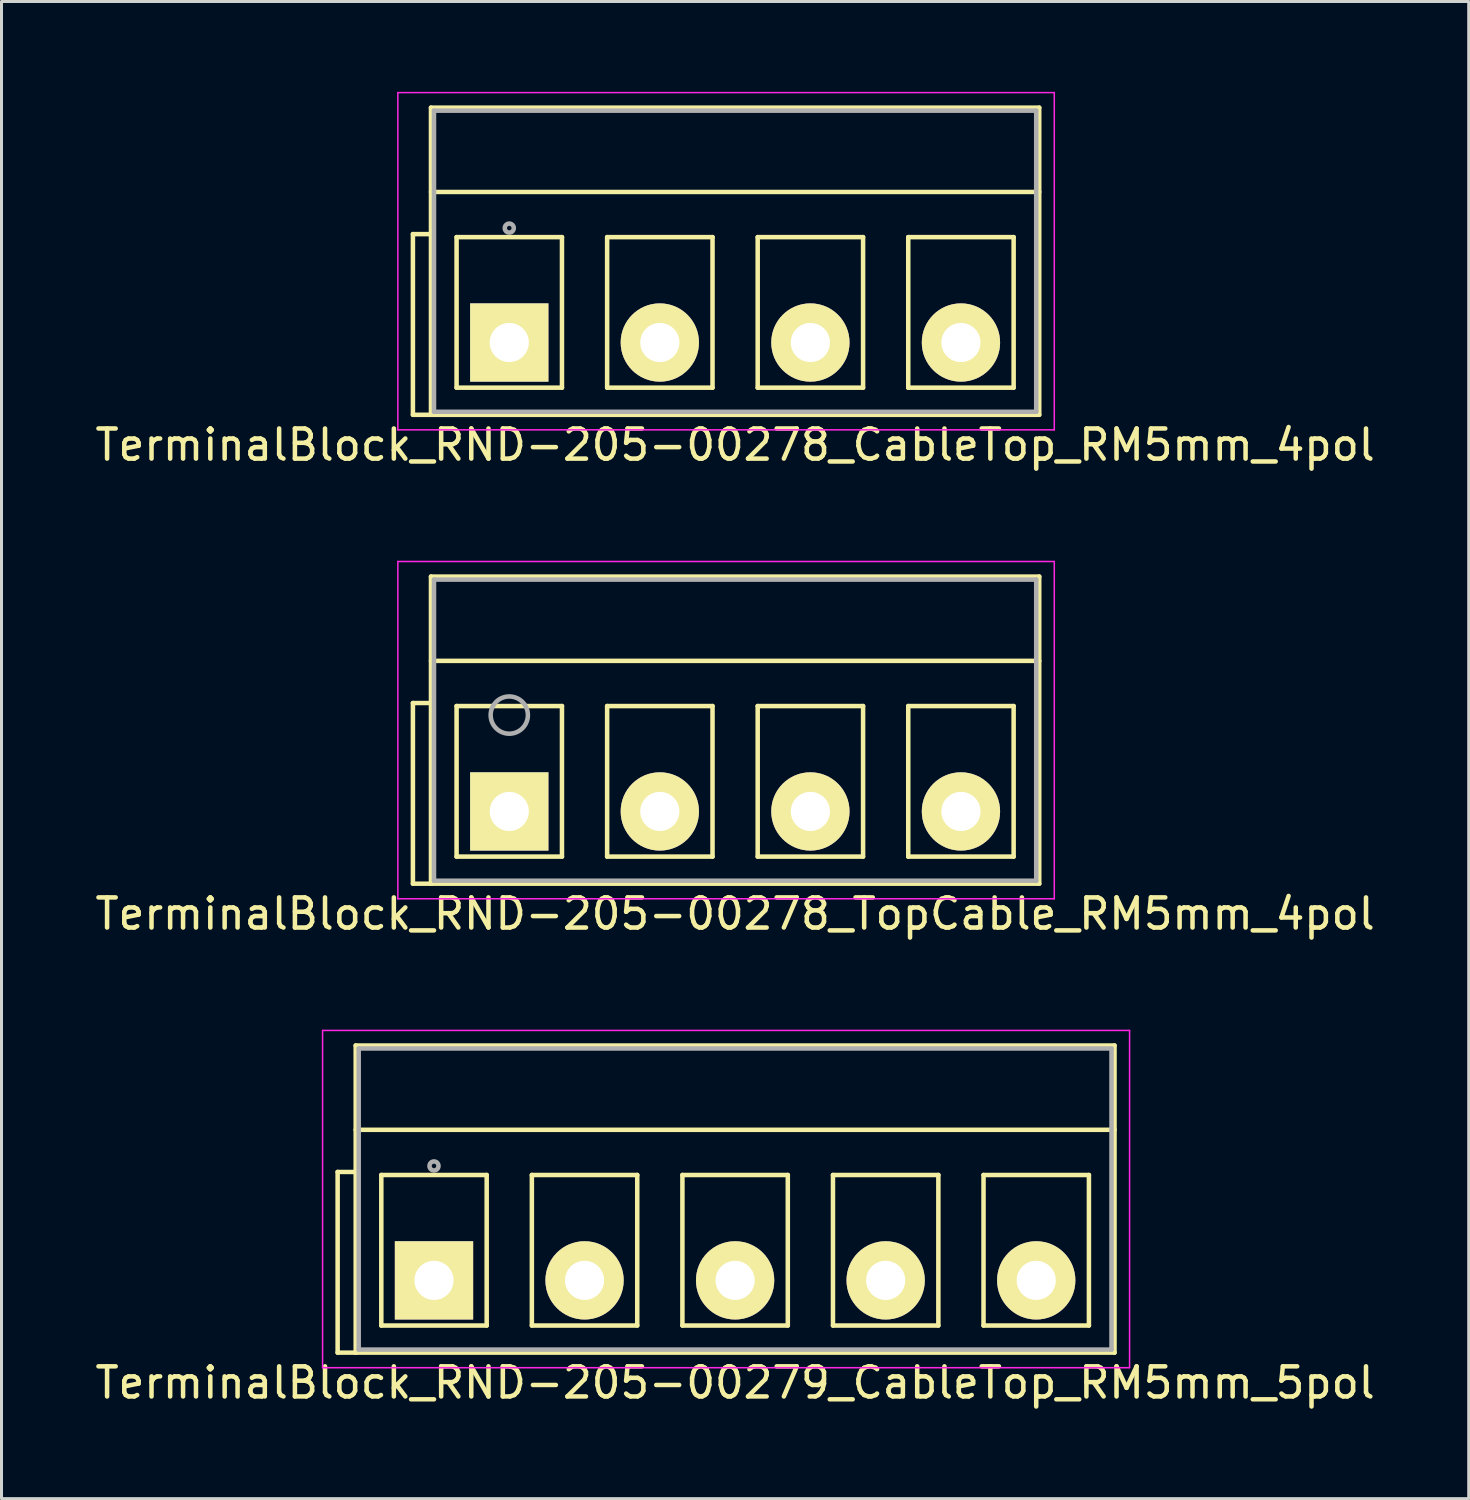
<source format=kicad_pcb>
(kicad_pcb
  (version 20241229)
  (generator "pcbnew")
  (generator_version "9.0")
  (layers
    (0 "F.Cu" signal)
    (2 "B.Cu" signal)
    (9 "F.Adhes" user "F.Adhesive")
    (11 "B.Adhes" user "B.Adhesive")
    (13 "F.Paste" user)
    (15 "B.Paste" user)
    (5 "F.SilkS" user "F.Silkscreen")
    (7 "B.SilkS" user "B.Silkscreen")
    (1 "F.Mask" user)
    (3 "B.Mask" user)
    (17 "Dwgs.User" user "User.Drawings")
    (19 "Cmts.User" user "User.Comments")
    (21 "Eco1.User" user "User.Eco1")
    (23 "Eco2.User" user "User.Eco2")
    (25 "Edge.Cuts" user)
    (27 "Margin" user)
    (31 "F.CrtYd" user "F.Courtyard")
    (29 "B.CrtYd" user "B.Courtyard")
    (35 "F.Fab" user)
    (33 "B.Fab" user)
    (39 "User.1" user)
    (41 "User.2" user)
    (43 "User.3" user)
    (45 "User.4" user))
  (footprint "TerminalBlock_RND-205-00278_TopCable_RM5mm_4pol"
    (layer "F.Cu")
    (at 13.863 23.898)
    (property "Reference" "TerminalBlock_RND-205-00278_TopCable_RM5mm_4pol" (at 7.5 3.4 0) (layer "F.SilkS") (effects (font (size 1 1) (thickness 0.15))))
    (attr through_hole)
    (fp_line (start -3.2 -3.6) (end -2.6 -3.6) (stroke (width 0.15) (type solid)) (layer "F.SilkS"))
    (fp_line (start -3.2 2.4) (end -3.2 -3.6) (stroke (width 0.15) (type solid)) (layer "F.SilkS"))
    (fp_line (start -2.6 -7.8) (end 17.6 -7.8) (stroke (width 0.15) (type solid)) (layer "F.SilkS"))
    (fp_line (start -2.6 -5) (end 17.6 -5) (stroke (width 0.15) (type solid)) (layer "F.SilkS"))
    (fp_line (start -2.6 2.4) (end -3.2 2.4) (stroke (width 0.15) (type solid)) (layer "F.SilkS"))
    (fp_line (start -2.6 2.4) (end -2.6 -7.8) (stroke (width 0.15) (type solid)) (layer "F.SilkS"))
    (fp_line (start -1.75 -3.5) (end -1.75 1.5) (stroke (width 0.15) (type solid)) (layer "F.SilkS"))
    (fp_line (start -1.75 1.5) (end 1.75 1.5) (stroke (width 0.15) (type solid)) (layer "F.SilkS"))
    (fp_line (start 1.75 -3.5) (end -1.75 -3.5) (stroke (width 0.15) (type solid)) (layer "F.SilkS"))
    (fp_line (start 1.75 1.5) (end 1.75 -3.5) (stroke (width 0.15) (type solid)) (layer "F.SilkS"))
    (fp_line (start 3.25 -3.5) (end 3.25 1.5) (stroke (width 0.15) (type solid)) (layer "F.SilkS"))
    (fp_line (start 3.25 1.5) (end 6.75 1.5) (stroke (width 0.15) (type solid)) (layer "F.SilkS"))
    (fp_line (start 6.75 -3.5) (end 3.25 -3.5) (stroke (width 0.15) (type solid)) (layer "F.SilkS"))
    (fp_line (start 6.75 1.5) (end 6.75 -3.5) (stroke (width 0.15) (type solid)) (layer "F.SilkS"))
    (fp_line (start 8.25 -3.5) (end 8.25 1.5) (stroke (width 0.15) (type solid)) (layer "F.SilkS"))
    (fp_line (start 8.25 1.5) (end 11.75 1.5) (stroke (width 0.15) (type solid)) (layer "F.SilkS"))
    (fp_line (start 11.75 -3.5) (end 8.25 -3.5) (stroke (width 0.15) (type solid)) (layer "F.SilkS"))
    (fp_line (start 11.75 1.5) (end 11.75 -3.5) (stroke (width 0.15) (type solid)) (layer "F.SilkS"))
    (fp_line (start 13.25 -3.5) (end 13.25 1.5) (stroke (width 0.15) (type solid)) (layer "F.SilkS"))
    (fp_line (start 13.25 1.5) (end 16.75 1.5) (stroke (width 0.15) (type solid)) (layer "F.SilkS"))
    (fp_line (start 16.75 -3.5) (end 13.25 -3.5) (stroke (width 0.15) (type solid)) (layer "F.SilkS"))
    (fp_line (start 16.75 1.5) (end 16.75 -3.5) (stroke (width 0.15) (type solid)) (layer "F.SilkS"))
    (fp_line (start 17.6 -7.8) (end 17.6 2.4) (stroke (width 0.15) (type solid)) (layer "F.SilkS"))
    (fp_line (start 17.6 2.4) (end -2.6 2.4) (stroke (width 0.15) (type solid)) (layer "F.SilkS"))
    (fp_line (start -3.7 -8.3) (end 18.1 -8.3) (stroke (width 0.05) (type solid)) (layer "F.CrtYd"))
    (fp_line (start -3.7 2.9) (end -3.7 -8.3) (stroke (width 0.05) (type solid)) (layer "F.CrtYd"))
    (fp_line (start 18.1 -8.3) (end 18.1 2.9) (stroke (width 0.05) (type solid)) (layer "F.CrtYd"))
    (fp_line (start 18.1 2.9) (end -3.7 2.9) (stroke (width 0.05) (type solid)) (layer "F.CrtYd"))
    (fp_line (start -2.5 -7.7) (end 17.5 -7.7) (stroke (width 0.15) (type solid)) (layer "F.Fab"))
    (fp_line (start -2.5 2.3) (end -2.5 -7.7) (stroke (width 0.15) (type solid)) (layer "F.Fab"))
    (fp_line (start 17.5 -7.7) (end 17.5 2.3) (stroke (width 0.15) (type solid)) (layer "F.Fab"))
    (fp_line (start 17.5 2.3) (end -2.5 2.3) (stroke (width 0.15) (type solid)) (layer "F.Fab"))
    (fp_circle (center 0 -3.2) (end -0.15 -3.8) (stroke (width 0.15) (type solid)) (fill no) (layer "F.Fab"))
    (pad "1" thru_hole rect (at 0 0) (size 2.6 2.6) (drill 1.3) (layers "*.Cu" "*.Mask" "F.SilkS"))
    (pad "2" thru_hole circle (at 5 0) (size 2.6 2.6) (drill 1.3) (layers "*.Cu" "*.Mask" "F.SilkS"))
    (pad "3" thru_hole circle (at 10 0) (size 2.6 2.6) (drill 1.3) (layers "*.Cu" "*.Mask" "F.SilkS"))
    (pad "4" thru_hole circle (at 15 0) (size 2.6 2.6) (drill 1.3) (layers "*.Cu" "*.Mask" "F.SilkS")))
  (footprint "TerminalBlock_RND-205-00278_CableTop_RM5mm_4pol"
    (layer "F.Cu")
    (at 13.863 8.325)
    (property "Reference" "TerminalBlock_RND-205-00278_CableTop_RM5mm_4pol" (at 7.5 3.4 0) (layer "F.SilkS") (effects (font (size 1 1) (thickness 0.15))))
    (attr through_hole)
    (fp_line (start -3.2 -3.6) (end -2.6 -3.6) (stroke (width 0.15) (type solid)) (layer "F.SilkS"))
    (fp_line (start -3.2 2.4) (end -3.2 -3.6) (stroke (width 0.15) (type solid)) (layer "F.SilkS"))
    (fp_line (start -2.6 -7.8) (end 17.6 -7.8) (stroke (width 0.15) (type solid)) (layer "F.SilkS"))
    (fp_line (start -2.6 -5) (end 17.6 -5) (stroke (width 0.15) (type solid)) (layer "F.SilkS"))
    (fp_line (start -2.6 2.4) (end -3.2 2.4) (stroke (width 0.15) (type solid)) (layer "F.SilkS"))
    (fp_line (start -2.6 2.4) (end -2.6 -7.8) (stroke (width 0.15) (type solid)) (layer "F.SilkS"))
    (fp_line (start -1.75 -3.5) (end -1.75 1.5) (stroke (width 0.15) (type solid)) (layer "F.SilkS"))
    (fp_line (start -1.75 1.5) (end 1.75 1.5) (stroke (width 0.15) (type solid)) (layer "F.SilkS"))
    (fp_line (start 1.75 -3.5) (end -1.75 -3.5) (stroke (width 0.15) (type solid)) (layer "F.SilkS"))
    (fp_line (start 1.75 1.5) (end 1.75 -3.5) (stroke (width 0.15) (type solid)) (layer "F.SilkS"))
    (fp_line (start 3.25 -3.5) (end 3.25 1.5) (stroke (width 0.15) (type solid)) (layer "F.SilkS"))
    (fp_line (start 3.25 1.5) (end 6.75 1.5) (stroke (width 0.15) (type solid)) (layer "F.SilkS"))
    (fp_line (start 6.75 -3.5) (end 3.25 -3.5) (stroke (width 0.15) (type solid)) (layer "F.SilkS"))
    (fp_line (start 6.75 1.5) (end 6.75 -3.5) (stroke (width 0.15) (type solid)) (layer "F.SilkS"))
    (fp_line (start 8.25 -3.5) (end 8.25 1.5) (stroke (width 0.15) (type solid)) (layer "F.SilkS"))
    (fp_line (start 8.25 1.5) (end 11.75 1.5) (stroke (width 0.15) (type solid)) (layer "F.SilkS"))
    (fp_line (start 11.75 -3.5) (end 8.25 -3.5) (stroke (width 0.15) (type solid)) (layer "F.SilkS"))
    (fp_line (start 11.75 1.5) (end 11.75 -3.5) (stroke (width 0.15) (type solid)) (layer "F.SilkS"))
    (fp_line (start 13.25 -3.5) (end 13.25 1.5) (stroke (width 0.15) (type solid)) (layer "F.SilkS"))
    (fp_line (start 13.25 1.5) (end 16.75 1.5) (stroke (width 0.15) (type solid)) (layer "F.SilkS"))
    (fp_line (start 16.75 -3.5) (end 13.25 -3.5) (stroke (width 0.15) (type solid)) (layer "F.SilkS"))
    (fp_line (start 16.75 1.5) (end 16.75 -3.5) (stroke (width 0.15) (type solid)) (layer "F.SilkS"))
    (fp_line (start 17.6 -7.8) (end 17.6 2.4) (stroke (width 0.15) (type solid)) (layer "F.SilkS"))
    (fp_line (start 17.6 2.4) (end -2.6 2.4) (stroke (width 0.15) (type solid)) (layer "F.SilkS"))
    (fp_line (start -3.7 -8.3) (end 18.1 -8.3) (stroke (width 0.05) (type solid)) (layer "F.CrtYd"))
    (fp_line (start -3.7 2.9) (end -3.7 -8.3) (stroke (width 0.05) (type solid)) (layer "F.CrtYd"))
    (fp_line (start 18.1 -8.3) (end 18.1 2.9) (stroke (width 0.05) (type solid)) (layer "F.CrtYd"))
    (fp_line (start 18.1 2.9) (end -3.7 2.9) (stroke (width 0.05) (type solid)) (layer "F.CrtYd"))
    (fp_line (start -2.5 -7.7) (end 17.5 -7.7) (stroke (width 0.15) (type solid)) (layer "F.Fab"))
    (fp_line (start -2.5 2.3) (end -2.5 -7.7) (stroke (width 0.15) (type solid)) (layer "F.Fab"))
    (fp_line (start 17.5 -7.7) (end 17.5 2.3) (stroke (width 0.15) (type solid)) (layer "F.Fab"))
    (fp_line (start 17.5 2.3) (end -2.5 2.3) (stroke (width 0.15) (type solid)) (layer "F.Fab"))
    (fp_circle (center 0 -3.8) (end -0.15 -3.8) (stroke (width 0.15) (type solid)) (fill no) (layer "F.Fab"))
    (pad "1" thru_hole rect (at 0 0) (size 2.6 2.6) (drill 1.3) (layers "*.Cu" "*.Mask" "F.SilkS"))
    (pad "2" thru_hole circle (at 5 0) (size 2.6 2.6) (drill 1.3) (layers "*.Cu" "*.Mask" "F.SilkS"))
    (pad "3" thru_hole circle (at 10 0) (size 2.6 2.6) (drill 1.3) (layers "*.Cu" "*.Mask" "F.SilkS"))
    (pad "4" thru_hole circle (at 15 0) (size 2.6 2.6) (drill 1.3) (layers "*.Cu" "*.Mask" "F.SilkS")))
  (footprint "TerminalBlock_RND-205-00279_CableTop_RM5mm_5pol"
    (layer "F.Cu")
    (at 11.363 39.471)
    (property "Reference" "TerminalBlock_RND-205-00279_CableTop_RM5mm_5pol" (at 10 3.4 0) (layer "F.SilkS") (effects (font (size 1 1) (thickness 0.15))))
    (attr through_hole)
    (fp_line (start -3.2 -3.6) (end -2.6 -3.6) (stroke (width 0.15) (type solid)) (layer "F.SilkS"))
    (fp_line (start -3.2 2.4) (end -3.2 -3.6) (stroke (width 0.15) (type solid)) (layer "F.SilkS"))
    (fp_line (start -2.6 -7.8) (end 22.6 -7.8) (stroke (width 0.15) (type solid)) (layer "F.SilkS"))
    (fp_line (start -2.6 -5) (end 22.6 -5) (stroke (width 0.15) (type solid)) (layer "F.SilkS"))
    (fp_line (start -2.6 2.4) (end -3.2 2.4) (stroke (width 0.15) (type solid)) (layer "F.SilkS"))
    (fp_line (start -2.6 2.4) (end -2.6 -7.8) (stroke (width 0.15) (type solid)) (layer "F.SilkS"))
    (fp_line (start -1.75 -3.5) (end -1.75 1.5) (stroke (width 0.15) (type solid)) (layer "F.SilkS"))
    (fp_line (start -1.75 1.5) (end 1.75 1.5) (stroke (width 0.15) (type solid)) (layer "F.SilkS"))
    (fp_line (start 1.75 -3.5) (end -1.75 -3.5) (stroke (width 0.15) (type solid)) (layer "F.SilkS"))
    (fp_line (start 1.75 1.5) (end 1.75 -3.5) (stroke (width 0.15) (type solid)) (layer "F.SilkS"))
    (fp_line (start 3.25 -3.5) (end 3.25 1.5) (stroke (width 0.15) (type solid)) (layer "F.SilkS"))
    (fp_line (start 3.25 1.5) (end 6.75 1.5) (stroke (width 0.15) (type solid)) (layer "F.SilkS"))
    (fp_line (start 6.75 -3.5) (end 3.25 -3.5) (stroke (width 0.15) (type solid)) (layer "F.SilkS"))
    (fp_line (start 6.75 1.5) (end 6.75 -3.5) (stroke (width 0.15) (type solid)) (layer "F.SilkS"))
    (fp_line (start 8.25 -3.5) (end 8.25 1.5) (stroke (width 0.15) (type solid)) (layer "F.SilkS"))
    (fp_line (start 8.25 1.5) (end 11.75 1.5) (stroke (width 0.15) (type solid)) (layer "F.SilkS"))
    (fp_line (start 11.75 -3.5) (end 8.25 -3.5) (stroke (width 0.15) (type solid)) (layer "F.SilkS"))
    (fp_line (start 11.75 1.5) (end 11.75 -3.5) (stroke (width 0.15) (type solid)) (layer "F.SilkS"))
    (fp_line (start 13.25 -3.5) (end 13.25 1.5) (stroke (width 0.15) (type solid)) (layer "F.SilkS"))
    (fp_line (start 13.25 1.5) (end 16.75 1.5) (stroke (width 0.15) (type solid)) (layer "F.SilkS"))
    (fp_line (start 16.75 -3.5) (end 13.25 -3.5) (stroke (width 0.15) (type solid)) (layer "F.SilkS"))
    (fp_line (start 16.75 1.5) (end 16.75 -3.5) (stroke (width 0.15) (type solid)) (layer "F.SilkS"))
    (fp_line (start 18.25 -3.5) (end 18.25 1.5) (stroke (width 0.15) (type solid)) (layer "F.SilkS"))
    (fp_line (start 18.25 1.5) (end 21.75 1.5) (stroke (width 0.15) (type solid)) (layer "F.SilkS"))
    (fp_line (start 21.75 -3.5) (end 18.25 -3.5) (stroke (width 0.15) (type solid)) (layer "F.SilkS"))
    (fp_line (start 21.75 1.5) (end 21.75 -3.5) (stroke (width 0.15) (type solid)) (layer "F.SilkS"))
    (fp_line (start 22.6 -7.8) (end 22.6 2.4) (stroke (width 0.15) (type solid)) (layer "F.SilkS"))
    (fp_line (start 22.6 2.4) (end -2.6 2.4) (stroke (width 0.15) (type solid)) (layer "F.SilkS"))
    (fp_line (start -3.7 -8.3) (end 23.1 -8.3) (stroke (width 0.05) (type solid)) (layer "F.CrtYd"))
    (fp_line (start -3.7 2.9) (end -3.7 -8.3) (stroke (width 0.05) (type solid)) (layer "F.CrtYd"))
    (fp_line (start 23.1 -8.3) (end 23.1 2.9) (stroke (width 0.05) (type solid)) (layer "F.CrtYd"))
    (fp_line (start 23.1 2.9) (end -3.7 2.9) (stroke (width 0.05) (type solid)) (layer "F.CrtYd"))
    (fp_line (start -2.5 -7.7) (end 22.5 -7.7) (stroke (width 0.15) (type solid)) (layer "F.Fab"))
    (fp_line (start -2.5 2.3) (end -2.5 -7.7) (stroke (width 0.15) (type solid)) (layer "F.Fab"))
    (fp_line (start 22.5 -7.7) (end 22.5 2.3) (stroke (width 0.15) (type solid)) (layer "F.Fab"))
    (fp_line (start 22.5 2.3) (end -2.5 2.3) (stroke (width 0.15) (type solid)) (layer "F.Fab"))
    (fp_circle (center 0 -3.8) (end -0.15 -3.8) (stroke (width 0.15) (type solid)) (fill no) (layer "F.Fab"))
    (pad "1" thru_hole rect (at 0 0) (size 2.6 2.6) (drill 1.3) (layers "*.Cu" "*.Mask" "F.SilkS"))
    (pad "2" thru_hole circle (at 5 0) (size 2.6 2.6) (drill 1.3) (layers "*.Cu" "*.Mask" "F.SilkS"))
    (pad "3" thru_hole circle (at 10 0) (size 2.6 2.6) (drill 1.3) (layers "*.Cu" "*.Mask" "F.SilkS"))
    (pad "4" thru_hole circle (at 15 0) (size 2.6 2.6) (drill 1.3) (layers "*.Cu" "*.Mask" "F.SilkS"))
    (pad "5" thru_hole circle (at 20 0) (size 2.6 2.6) (drill 1.3) (layers "*.Cu" "*.Mask" "F.SilkS")))
  (gr_rect
    (start -3 -3)
    (end 45.726 46.72)
    (stroke (width 0.1) (type default))
    (fill no)
    (layer "Edge.Cuts")))
</source>
